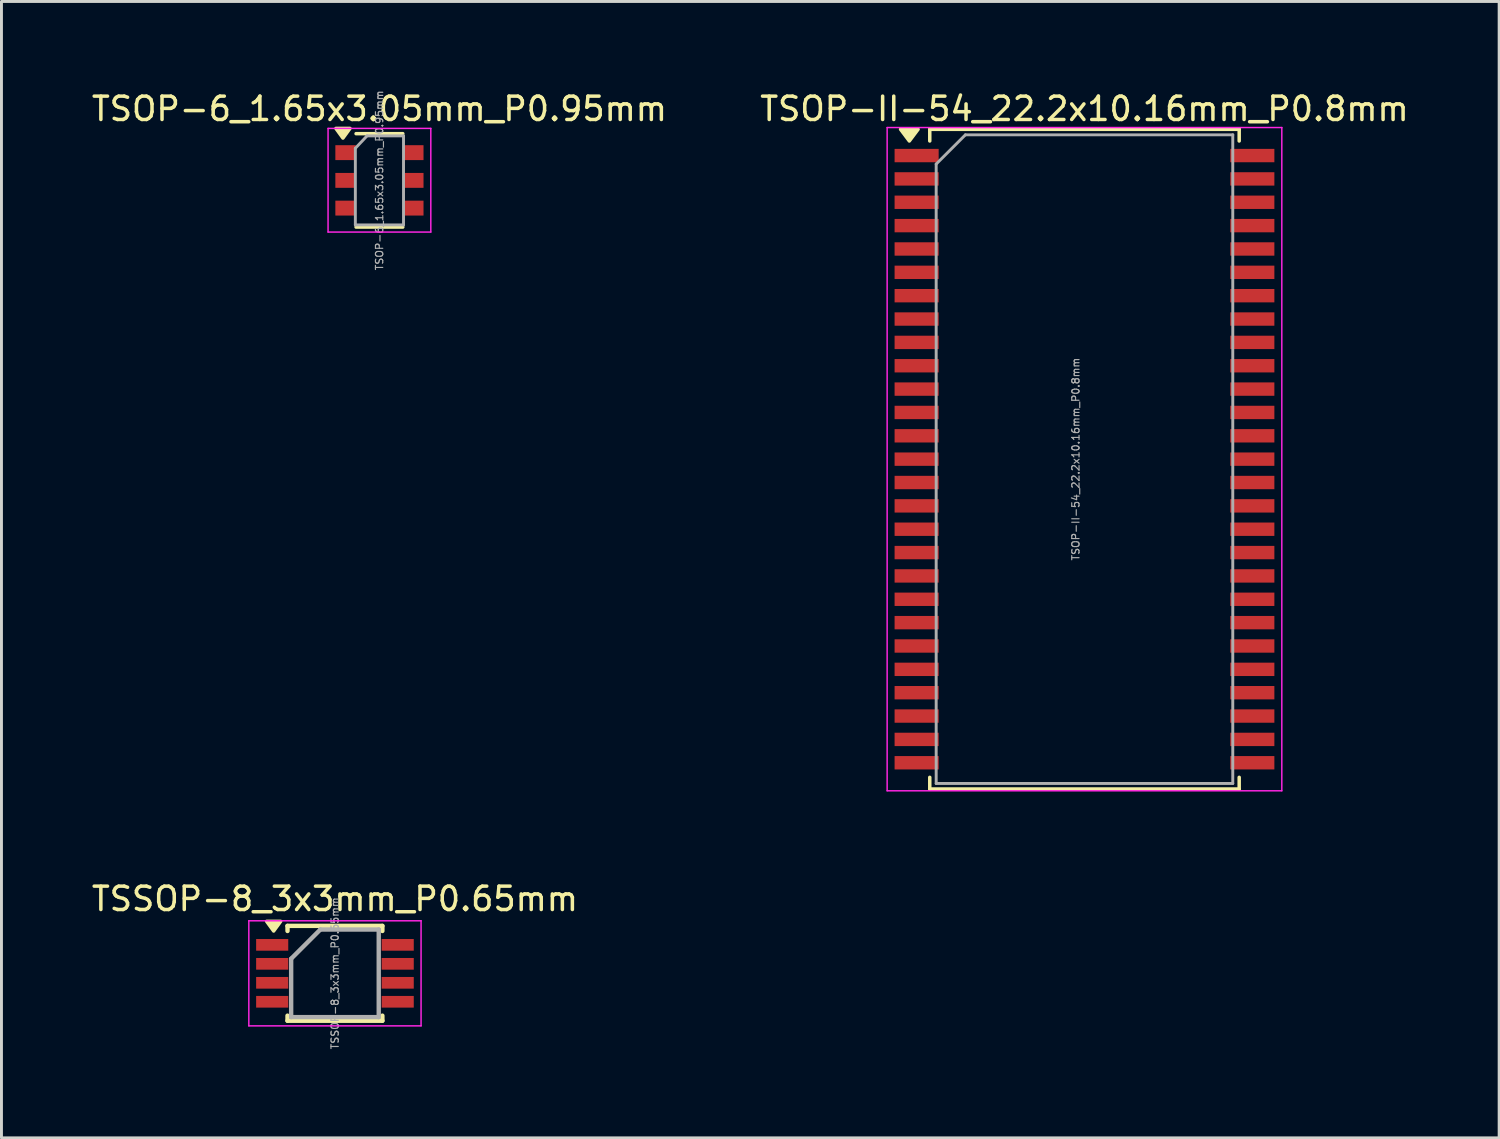
<source format=kicad_pcb>
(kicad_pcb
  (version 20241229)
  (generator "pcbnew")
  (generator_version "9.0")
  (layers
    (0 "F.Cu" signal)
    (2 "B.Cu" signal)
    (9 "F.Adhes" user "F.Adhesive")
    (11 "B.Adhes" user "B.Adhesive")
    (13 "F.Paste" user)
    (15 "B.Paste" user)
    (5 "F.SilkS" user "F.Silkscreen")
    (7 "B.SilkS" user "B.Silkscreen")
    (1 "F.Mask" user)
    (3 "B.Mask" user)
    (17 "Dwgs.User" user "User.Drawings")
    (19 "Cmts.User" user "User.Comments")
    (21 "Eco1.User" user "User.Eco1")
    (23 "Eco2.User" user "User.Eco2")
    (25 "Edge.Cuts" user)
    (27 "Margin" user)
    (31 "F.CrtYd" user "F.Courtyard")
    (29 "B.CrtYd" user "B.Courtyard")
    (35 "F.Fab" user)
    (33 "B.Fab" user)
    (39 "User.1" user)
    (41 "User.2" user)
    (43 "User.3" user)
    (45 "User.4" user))
  (footprint "TSSOP-8_3x3mm_P0.65mm"
    (layer "F.Cu")
    (at 8.424 30.292)
    (property "Reference" "TSSOP-8_3x3mm_P0.65mm" (at 0 -2.55 0) (layer "F.SilkS") (effects (font (size 0.8 0.8) (thickness 0.12))))
    (attr smd)
    (fp_line (start -1.625 -1.625) (end -1.625 -1.45) (stroke (width 0.15) (type solid)) (layer "F.SilkS"))
    (fp_line (start -1.625 -1.625) (end 1.625 -1.625) (stroke (width 0.15) (type solid)) (layer "F.SilkS"))
    (fp_line (start -1.625 1.45) (end -1.625 1.625) (stroke (width 0.15) (type solid)) (layer "F.SilkS"))
    (fp_line (start -1.625 1.625) (end 1.625 1.625) (stroke (width 0.15) (type solid)) (layer "F.SilkS"))
    (fp_line (start 1.625 -1.625) (end 1.625 -1.45) (stroke (width 0.15) (type solid)) (layer "F.SilkS"))
    (fp_line (start 1.625 1.45) (end 1.625 1.625) (stroke (width 0.15) (type solid)) (layer "F.SilkS"))
    (fp_poly (pts (xy -2.1 -1.45) (xy -2.34 -1.78) (xy -1.86 -1.78) (xy -2.1 -1.45)) (stroke (width 0.12) (type solid)) (fill yes) (layer "F.SilkS"))
    (fp_line (start -2.95 -1.8) (end -2.95 1.8) (stroke (width 0.05) (type solid)) (layer "F.CrtYd"))
    (fp_line (start -2.95 -1.8) (end 2.95 -1.8) (stroke (width 0.05) (type solid)) (layer "F.CrtYd"))
    (fp_line (start -2.95 1.8) (end 2.95 1.8) (stroke (width 0.05) (type solid)) (layer "F.CrtYd"))
    (fp_line (start 2.95 -1.8) (end 2.95 1.8) (stroke (width 0.05) (type solid)) (layer "F.CrtYd"))
    (fp_line (start -1.5 -0.5) (end -0.5 -1.5) (stroke (width 0.15) (type solid)) (layer "F.Fab"))
    (fp_line (start -1.5 1.5) (end -1.5 -0.5) (stroke (width 0.15) (type solid)) (layer "F.Fab"))
    (fp_line (start -0.5 -1.5) (end 1.5 -1.5) (stroke (width 0.15) (type solid)) (layer "F.Fab"))
    (fp_line (start 1.5 -1.5) (end 1.5 1.5) (stroke (width 0.15) (type solid)) (layer "F.Fab"))
    (fp_line (start 1.5 1.5) (end -1.5 1.5) (stroke (width 0.15) (type solid)) (layer "F.Fab"))
    (fp_text user "${REFERENCE}" (at 0 0 90) (layer "F.Fab") (effects (font (size 0.25 0.25) (thickness 0.04))))
    (pad "1" smd rect (at -2.15 -0.975) (size 1.1 0.4) (layers "F.Cu" "F.Mask" "F.Paste"))
    (pad "2" smd rect (at -2.15 -0.325) (size 1.1 0.4) (layers "F.Cu" "F.Mask" "F.Paste"))
    (pad "3" smd rect (at -2.15 0.325) (size 1.1 0.4) (layers "F.Cu" "F.Mask" "F.Paste"))
    (pad "4" smd rect (at -2.15 0.975) (size 1.1 0.4) (layers "F.Cu" "F.Mask" "F.Paste"))
    (pad "5" smd rect (at 2.15 0.975) (size 1.1 0.4) (layers "F.Cu" "F.Mask" "F.Paste"))
    (pad "6" smd rect (at 2.15 0.325) (size 1.1 0.4) (layers "F.Cu" "F.Mask" "F.Paste"))
    (pad "7" smd rect (at 2.15 -0.325) (size 1.1 0.4) (layers "F.Cu" "F.Mask" "F.Paste"))
    (pad "8" smd rect (at 2.15 -0.975) (size 1.1 0.4) (layers "F.Cu" "F.Mask" "F.Paste")))
  (footprint "TSOP-6_1.65x3.05mm_P0.95mm"
    (layer "F.Cu")
    (at 9.948 3.129)
    (property "Reference" "TSOP-6_1.65x3.05mm_P0.95mm" (at 0 -2.45 0) (layer "F.SilkS") (effects (font (size 0.8 0.8) (thickness 0.12))))
    (attr smd)
    (fp_line (start -0.8 -1.6) (end 0.8 -1.6) (stroke (width 0.12) (type solid)) (layer "F.SilkS"))
    (fp_line (start -0.8 1.6) (end 0.8 1.6) (stroke (width 0.12) (type solid)) (layer "F.SilkS"))
    (fp_poly (pts (xy -1.25 -1.45) (xy -1.49 -1.78) (xy -1.01 -1.78) (xy -1.25 -1.45)) (stroke (width 0.12) (type solid)) (fill yes) (layer "F.SilkS"))
    (fp_line (start -1.76 -1.78) (end -1.76 1.77) (stroke (width 0.05) (type solid)) (layer "F.CrtYd"))
    (fp_line (start -1.76 -1.78) (end 1.76 -1.78) (stroke (width 0.05) (type solid)) (layer "F.CrtYd"))
    (fp_line (start 1.76 1.77) (end -1.76 1.77) (stroke (width 0.05) (type solid)) (layer "F.CrtYd"))
    (fp_line (start 1.76 1.77) (end 1.76 -1.78) (stroke (width 0.05) (type solid)) (layer "F.CrtYd"))
    (fp_line (start -0.825 -1.1) (end -0.825 1.525) (stroke (width 0.1) (type solid)) (layer "F.Fab"))
    (fp_line (start -0.825 -1.1) (end -0.425 -1.525) (stroke (width 0.1) (type solid)) (layer "F.Fab"))
    (fp_line (start 0.825 -1.525) (end -0.425 -1.525) (stroke (width 0.1) (type solid)) (layer "F.Fab"))
    (fp_line (start 0.825 -1.525) (end 0.825 1.525) (stroke (width 0.1) (type solid)) (layer "F.Fab"))
    (fp_line (start 0.825 1.525) (end -0.825 1.525) (stroke (width 0.1) (type solid)) (layer "F.Fab"))
    (fp_text user "${REFERENCE}" (at 0 0 90) (layer "F.Fab") (effects (font (size 0.25 0.25) (thickness 0.04))))
    (pad "1" smd rect (at -1.16 -0.95) (size 0.7 0.51) (layers "F.Cu" "F.Mask" "F.Paste"))
    (pad "2" smd rect (at -1.16 0) (size 0.7 0.51) (layers "F.Cu" "F.Mask" "F.Paste"))
    (pad "3" smd rect (at -1.16 0.95) (size 0.7 0.51) (layers "F.Cu" "F.Mask" "F.Paste"))
    (pad "4" smd rect (at 1.16 0.95) (size 0.7 0.51) (layers "F.Cu" "F.Mask" "F.Paste"))
    (pad "5" smd rect (at 1.16 0) (size 0.7 0.51) (layers "F.Cu" "F.Mask" "F.Paste"))
    (pad "6" smd rect (at 1.16 -0.95) (size 0.7 0.51) (layers "F.Cu" "F.Mask" "F.Paste")))
  (footprint "TSOP-II-54_22.2x10.16mm_P0.8mm"
    (layer "F.Cu")
    (at 34.1 12.679)
    (property "Reference" "TSOP-II-54_22.2x10.16mm_P0.8mm" (at 0 -12 0) (layer "F.SilkS") (effects (font (size 0.8 0.8) (thickness 0.12))))
    (attr smd)
    (fp_line (start -5.3 -11.3) (end 5.3 -11.3) (stroke (width 0.12) (type solid)) (layer "F.SilkS"))
    (fp_line (start -5.3 -10.9) (end -5.3 -11.3) (stroke (width 0.12) (type solid)) (layer "F.SilkS"))
    (fp_line (start -5.3 10.9) (end -5.3 11.3) (stroke (width 0.12) (type solid)) (layer "F.SilkS"))
    (fp_line (start -5.3 11.3) (end 5.3 11.3) (stroke (width 0.12) (type solid)) (layer "F.SilkS"))
    (fp_line (start 5.3 -11.3) (end 5.3 -10.9) (stroke (width 0.12) (type solid)) (layer "F.SilkS"))
    (fp_line (start 5.3 10.9) (end 5.3 11.3) (stroke (width 0.12) (type solid)) (layer "F.SilkS"))
    (fp_poly (pts (xy -6 -10.9) (xy -6.3 -11.3) (xy -5.7 -11.3) (xy -6 -10.9)) (stroke (width 0.12) (type solid)) (fill yes) (layer "F.SilkS"))
    (fp_line (start -6.76 -11.36) (end -6.76 11.36) (stroke (width 0.05) (type solid)) (layer "F.CrtYd"))
    (fp_line (start -6.76 -11.36) (end 6.76 -11.36) (stroke (width 0.05) (type solid)) (layer "F.CrtYd"))
    (fp_line (start 6.76 -11.36) (end 6.76 11.36) (stroke (width 0.05) (type solid)) (layer "F.CrtYd"))
    (fp_line (start 6.76 11.36) (end -6.76 11.36) (stroke (width 0.05) (type solid)) (layer "F.CrtYd"))
    (fp_line (start -5.08 11.11) (end -5.08 -10.11) (stroke (width 0.1) (type solid)) (layer "F.Fab"))
    (fp_line (start -4.08 -11.11) (end -5.08 -10.11) (stroke (width 0.1) (type solid)) (layer "F.Fab"))
    (fp_line (start -4.08 -11.11) (end 5.08 -11.11) (stroke (width 0.1) (type solid)) (layer "F.Fab"))
    (fp_line (start 5.08 -11.11) (end 5.08 11.11) (stroke (width 0.1) (type solid)) (layer "F.Fab"))
    (fp_line (start 5.08 11.11) (end -5.08 11.11) (stroke (width 0.1) (type solid)) (layer "F.Fab"))
    (fp_text user "${REFERENCE}" (at -0.3 0 270) (layer "F.Fab") (effects (font (size 0.25 0.25) (thickness 0.04))))
    (pad "1" smd rect (at -5.75 -10.4) (size 1.51 0.458) (layers "F.Cu" "F.Mask" "F.Paste"))
    (pad "2" smd rect (at -5.75 -9.6) (size 1.51 0.458) (layers "F.Cu" "F.Mask" "F.Paste"))
    (pad "3" smd rect (at -5.75 -8.8) (size 1.51 0.458) (layers "F.Cu" "F.Mask" "F.Paste"))
    (pad "4" smd rect (at -5.75 -8) (size 1.51 0.458) (layers "F.Cu" "F.Mask" "F.Paste"))
    (pad "5" smd rect (at -5.75 -7.2) (size 1.51 0.458) (layers "F.Cu" "F.Mask" "F.Paste"))
    (pad "6" smd rect (at -5.75 -6.4) (size 1.51 0.458) (layers "F.Cu" "F.Mask" "F.Paste"))
    (pad "7" smd rect (at -5.75 -5.6) (size 1.51 0.458) (layers "F.Cu" "F.Mask" "F.Paste"))
    (pad "8" smd rect (at -5.75 -4.8) (size 1.51 0.458) (layers "F.Cu" "F.Mask" "F.Paste"))
    (pad "9" smd rect (at -5.75 -4) (size 1.51 0.458) (layers "F.Cu" "F.Mask" "F.Paste"))
    (pad "10" smd rect (at -5.75 -3.2) (size 1.51 0.458) (layers "F.Cu" "F.Mask" "F.Paste"))
    (pad "11" smd rect (at -5.75 -2.4) (size 1.51 0.458) (layers "F.Cu" "F.Mask" "F.Paste"))
    (pad "12" smd rect (at -5.75 -1.6) (size 1.51 0.458) (layers "F.Cu" "F.Mask" "F.Paste"))
    (pad "13" smd rect (at -5.75 -0.8) (size 1.51 0.458) (layers "F.Cu" "F.Mask" "F.Paste"))
    (pad "14" smd rect (at -5.75 0) (size 1.51 0.458) (layers "F.Cu" "F.Mask" "F.Paste"))
    (pad "15" smd rect (at -5.75 0.8) (size 1.51 0.458) (layers "F.Cu" "F.Mask" "F.Paste"))
    (pad "16" smd rect (at -5.75 1.6) (size 1.51 0.458) (layers "F.Cu" "F.Mask" "F.Paste"))
    (pad "17" smd rect (at -5.75 2.4) (size 1.51 0.458) (layers "F.Cu" "F.Mask" "F.Paste"))
    (pad "18" smd rect (at -5.75 3.2) (size 1.51 0.458) (layers "F.Cu" "F.Mask" "F.Paste"))
    (pad "19" smd rect (at -5.75 4) (size 1.51 0.458) (layers "F.Cu" "F.Mask" "F.Paste"))
    (pad "20" smd rect (at -5.75 4.8) (size 1.51 0.458) (layers "F.Cu" "F.Mask" "F.Paste"))
    (pad "21" smd rect (at -5.75 5.6) (size 1.51 0.458) (layers "F.Cu" "F.Mask" "F.Paste"))
    (pad "22" smd rect (at -5.75 6.4) (size 1.51 0.458) (layers "F.Cu" "F.Mask" "F.Paste"))
    (pad "23" smd rect (at -5.75 7.2) (size 1.51 0.458) (layers "F.Cu" "F.Mask" "F.Paste"))
    (pad "24" smd rect (at -5.75 8) (size 1.51 0.458) (layers "F.Cu" "F.Mask" "F.Paste"))
    (pad "25" smd rect (at -5.75 8.8) (size 1.51 0.458) (layers "F.Cu" "F.Mask" "F.Paste"))
    (pad "26" smd rect (at -5.75 9.6) (size 1.51 0.458) (layers "F.Cu" "F.Mask" "F.Paste"))
    (pad "27" smd rect (at -5.75 10.4) (size 1.51 0.458) (layers "F.Cu" "F.Mask" "F.Paste"))
    (pad "28" smd rect (at 5.75 10.4) (size 1.51 0.458) (layers "F.Cu" "F.Mask" "F.Paste"))
    (pad "29" smd rect (at 5.75 9.6) (size 1.51 0.458) (layers "F.Cu" "F.Mask" "F.Paste"))
    (pad "30" smd rect (at 5.75 8.8) (size 1.51 0.458) (layers "F.Cu" "F.Mask" "F.Paste"))
    (pad "31" smd rect (at 5.75 8) (size 1.51 0.458) (layers "F.Cu" "F.Mask" "F.Paste"))
    (pad "32" smd rect (at 5.75 7.2) (size 1.51 0.458) (layers "F.Cu" "F.Mask" "F.Paste"))
    (pad "33" smd rect (at 5.75 6.4) (size 1.51 0.458) (layers "F.Cu" "F.Mask" "F.Paste"))
    (pad "34" smd rect (at 5.75 5.6) (size 1.51 0.458) (layers "F.Cu" "F.Mask" "F.Paste"))
    (pad "35" smd rect (at 5.75 4.8) (size 1.51 0.458) (layers "F.Cu" "F.Mask" "F.Paste"))
    (pad "36" smd rect (at 5.75 4) (size 1.51 0.458) (layers "F.Cu" "F.Mask" "F.Paste"))
    (pad "37" smd rect (at 5.75 3.2) (size 1.51 0.458) (layers "F.Cu" "F.Mask" "F.Paste"))
    (pad "38" smd rect (at 5.75 2.4) (size 1.51 0.458) (layers "F.Cu" "F.Mask" "F.Paste"))
    (pad "39" smd rect (at 5.75 1.6) (size 1.51 0.458) (layers "F.Cu" "F.Mask" "F.Paste"))
    (pad "40" smd rect (at 5.75 0.8) (size 1.51 0.458) (layers "F.Cu" "F.Mask" "F.Paste"))
    (pad "41" smd rect (at 5.75 0) (size 1.51 0.458) (layers "F.Cu" "F.Mask" "F.Paste"))
    (pad "42" smd rect (at 5.75 -0.8) (size 1.51 0.458) (layers "F.Cu" "F.Mask" "F.Paste"))
    (pad "43" smd rect (at 5.75 -1.6) (size 1.51 0.458) (layers "F.Cu" "F.Mask" "F.Paste"))
    (pad "44" smd rect (at 5.75 -2.4) (size 1.51 0.458) (layers "F.Cu" "F.Mask" "F.Paste"))
    (pad "45" smd rect (at 5.75 -3.2) (size 1.51 0.458) (layers "F.Cu" "F.Mask" "F.Paste"))
    (pad "46" smd rect (at 5.75 -4) (size 1.51 0.458) (layers "F.Cu" "F.Mask" "F.Paste"))
    (pad "47" smd rect (at 5.75 -4.8) (size 1.51 0.458) (layers "F.Cu" "F.Mask" "F.Paste"))
    (pad "48" smd rect (at 5.75 -5.6) (size 1.51 0.458) (layers "F.Cu" "F.Mask" "F.Paste"))
    (pad "49" smd rect (at 5.75 -6.4) (size 1.51 0.458) (layers "F.Cu" "F.Mask" "F.Paste"))
    (pad "50" smd rect (at 5.75 -7.2) (size 1.51 0.458) (layers "F.Cu" "F.Mask" "F.Paste"))
    (pad "51" smd rect (at 5.75 -8) (size 1.51 0.458) (layers "F.Cu" "F.Mask" "F.Paste"))
    (pad "52" smd rect (at 5.75 -8.8) (size 1.51 0.458) (layers "F.Cu" "F.Mask" "F.Paste"))
    (pad "53" smd rect (at 5.75 -9.6) (size 1.51 0.458) (layers "F.Cu" "F.Mask" "F.Paste"))
    (pad "54" smd rect (at 5.75 -10.4) (size 1.51 0.458) (layers "F.Cu" "F.Mask" "F.Paste")))
  (gr_rect
    (start -3 -3)
    (end 48.305 35.928)
    (stroke (width 0.1) (type default))
    (fill no)
    (layer "Edge.Cuts")))
</source>
